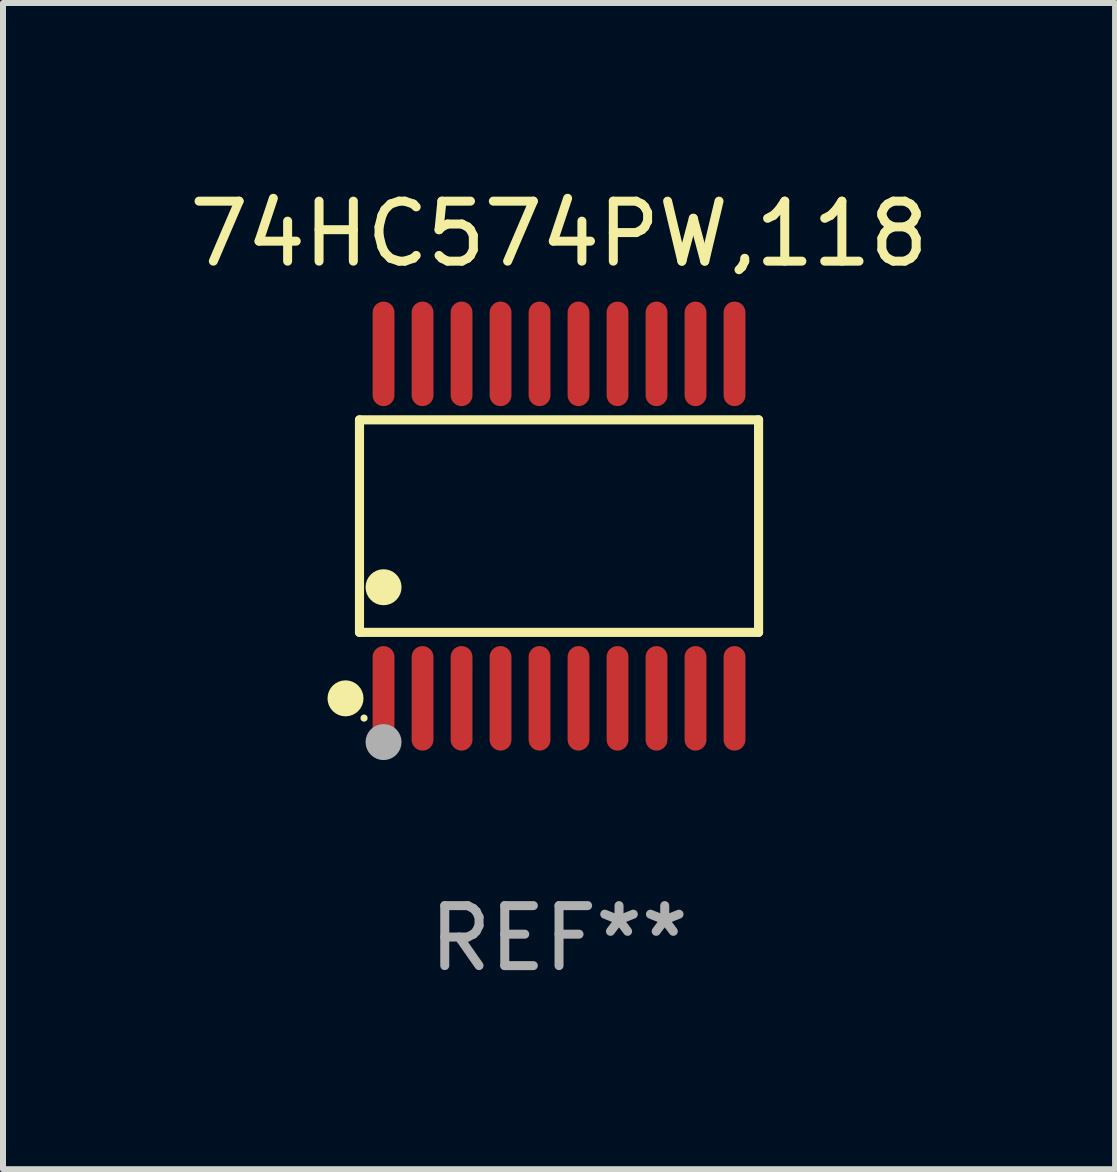
<source format=kicad_pcb>
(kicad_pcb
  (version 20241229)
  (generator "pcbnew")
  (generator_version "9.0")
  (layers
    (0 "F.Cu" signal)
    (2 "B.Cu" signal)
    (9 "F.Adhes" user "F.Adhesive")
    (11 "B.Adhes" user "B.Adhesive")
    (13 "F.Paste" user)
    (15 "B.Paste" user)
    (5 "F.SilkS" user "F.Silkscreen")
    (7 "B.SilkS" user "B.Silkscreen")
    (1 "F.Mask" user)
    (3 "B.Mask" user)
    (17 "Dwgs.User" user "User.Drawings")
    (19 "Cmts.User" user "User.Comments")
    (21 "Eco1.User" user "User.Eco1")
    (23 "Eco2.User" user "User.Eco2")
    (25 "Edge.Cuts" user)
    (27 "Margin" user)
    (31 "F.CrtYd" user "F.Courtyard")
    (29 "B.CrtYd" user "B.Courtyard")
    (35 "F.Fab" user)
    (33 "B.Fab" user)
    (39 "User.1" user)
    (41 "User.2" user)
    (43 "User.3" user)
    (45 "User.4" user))
  (footprint "74HC574PW,118"
    (layer "F.Cu")
    (at 6.268 5.719)
    (property "Reference" "74HC574PW,118" (at 0 -4.871 0) (layer "F.SilkS") (effects (font (size 1 1) (thickness 0.15))))
    (attr through_hole)
    (fp_line (start -3.326 -1.771) (end 3.326 -1.771) (stroke (width 0.152) (type solid)) (layer "F.SilkS"))
    (fp_line (start -3.326 1.771) (end -3.326 -1.771) (stroke (width 0.152) (type solid)) (layer "F.SilkS"))
    (fp_line (start 3.326 -1.771) (end 3.326 1.771) (stroke (width 0.152) (type solid)) (layer "F.SilkS"))
    (fp_line (start 3.326 1.771) (end -3.326 1.771) (stroke (width 0.152) (type solid)) (layer "F.SilkS"))
    (fp_circle (center -3.559 2.871) (end -3.409 2.871) (stroke (width 0.3) (type solid)) (fill no) (layer "F.SilkS"))
    (fp_circle (center -3.25 3.2) (end -3.22 3.2) (stroke (width 0.06) (type solid)) (fill no) (layer "F.SilkS"))
    (fp_circle (center -2.925 1.019) (end -2.775 1.019) (stroke (width 0.3) (type solid)) (fill no) (layer "F.SilkS"))
    (fp_circle (center -2.925 3.6) (end -2.775 3.6) (stroke (width 0.3) (type solid)) (fill no) (layer "F.Fab"))
    (fp_text user "REF**" (at 0 6.871 0) (layer "F.Fab") (effects (font (size 1 1) (thickness 0.15))))
    (pad "1" smd oval (at -2.925 2.871) (size 0.364 1.742) (layers "F.Cu" "F.Mask" "F.Paste"))
    (pad "2" smd oval (at -2.275 2.871) (size 0.364 1.742) (layers "F.Cu" "F.Mask" "F.Paste"))
    (pad "3" smd oval (at -1.625 2.871) (size 0.364 1.742) (layers "F.Cu" "F.Mask" "F.Paste"))
    (pad "4" smd oval (at -0.975 2.871) (size 0.364 1.742) (layers "F.Cu" "F.Mask" "F.Paste"))
    (pad "5" smd oval (at -0.325 2.871) (size 0.364 1.742) (layers "F.Cu" "F.Mask" "F.Paste"))
    (pad "6" smd oval (at 0.325 2.871) (size 0.364 1.742) (layers "F.Cu" "F.Mask" "F.Paste"))
    (pad "7" smd oval (at 0.975 2.871) (size 0.364 1.742) (layers "F.Cu" "F.Mask" "F.Paste"))
    (pad "8" smd oval (at 1.625 2.871) (size 0.364 1.742) (layers "F.Cu" "F.Mask" "F.Paste"))
    (pad "9" smd oval (at 2.275 2.871) (size 0.364 1.742) (layers "F.Cu" "F.Mask" "F.Paste"))
    (pad "10" smd oval (at 2.925 2.871) (size 0.364 1.742) (layers "F.Cu" "F.Mask" "F.Paste"))
    (pad "11" smd oval (at 2.925 -2.871) (size 0.364 1.742) (layers "F.Cu" "F.Mask" "F.Paste"))
    (pad "12" smd oval (at 2.275 -2.871) (size 0.364 1.742) (layers "F.Cu" "F.Mask" "F.Paste"))
    (pad "13" smd oval (at 1.625 -2.871) (size 0.364 1.742) (layers "F.Cu" "F.Mask" "F.Paste"))
    (pad "14" smd oval (at 0.975 -2.871) (size 0.364 1.742) (layers "F.Cu" "F.Mask" "F.Paste"))
    (pad "15" smd oval (at 0.325 -2.871) (size 0.364 1.742) (layers "F.Cu" "F.Mask" "F.Paste"))
    (pad "16" smd oval (at -0.325 -2.871) (size 0.364 1.742) (layers "F.Cu" "F.Mask" "F.Paste"))
    (pad "17" smd oval (at -0.975 -2.871) (size 0.364 1.742) (layers "F.Cu" "F.Mask" "F.Paste"))
    (pad "18" smd oval (at -1.625 -2.871) (size 0.364 1.742) (layers "F.Cu" "F.Mask" "F.Paste"))
    (pad "19" smd oval (at -2.275 -2.871) (size 0.364 1.742) (layers "F.Cu" "F.Mask" "F.Paste"))
    (pad "20" smd oval (at -2.925 -2.871) (size 0.364 1.742) (layers "F.Cu" "F.Mask" "F.Paste")))
  (gr_rect
    (start -3 -3)
    (end 15.536 16.438)
    (stroke (width 0.1) (type default))
    (fill no)
    (layer "Edge.Cuts")))
</source>
